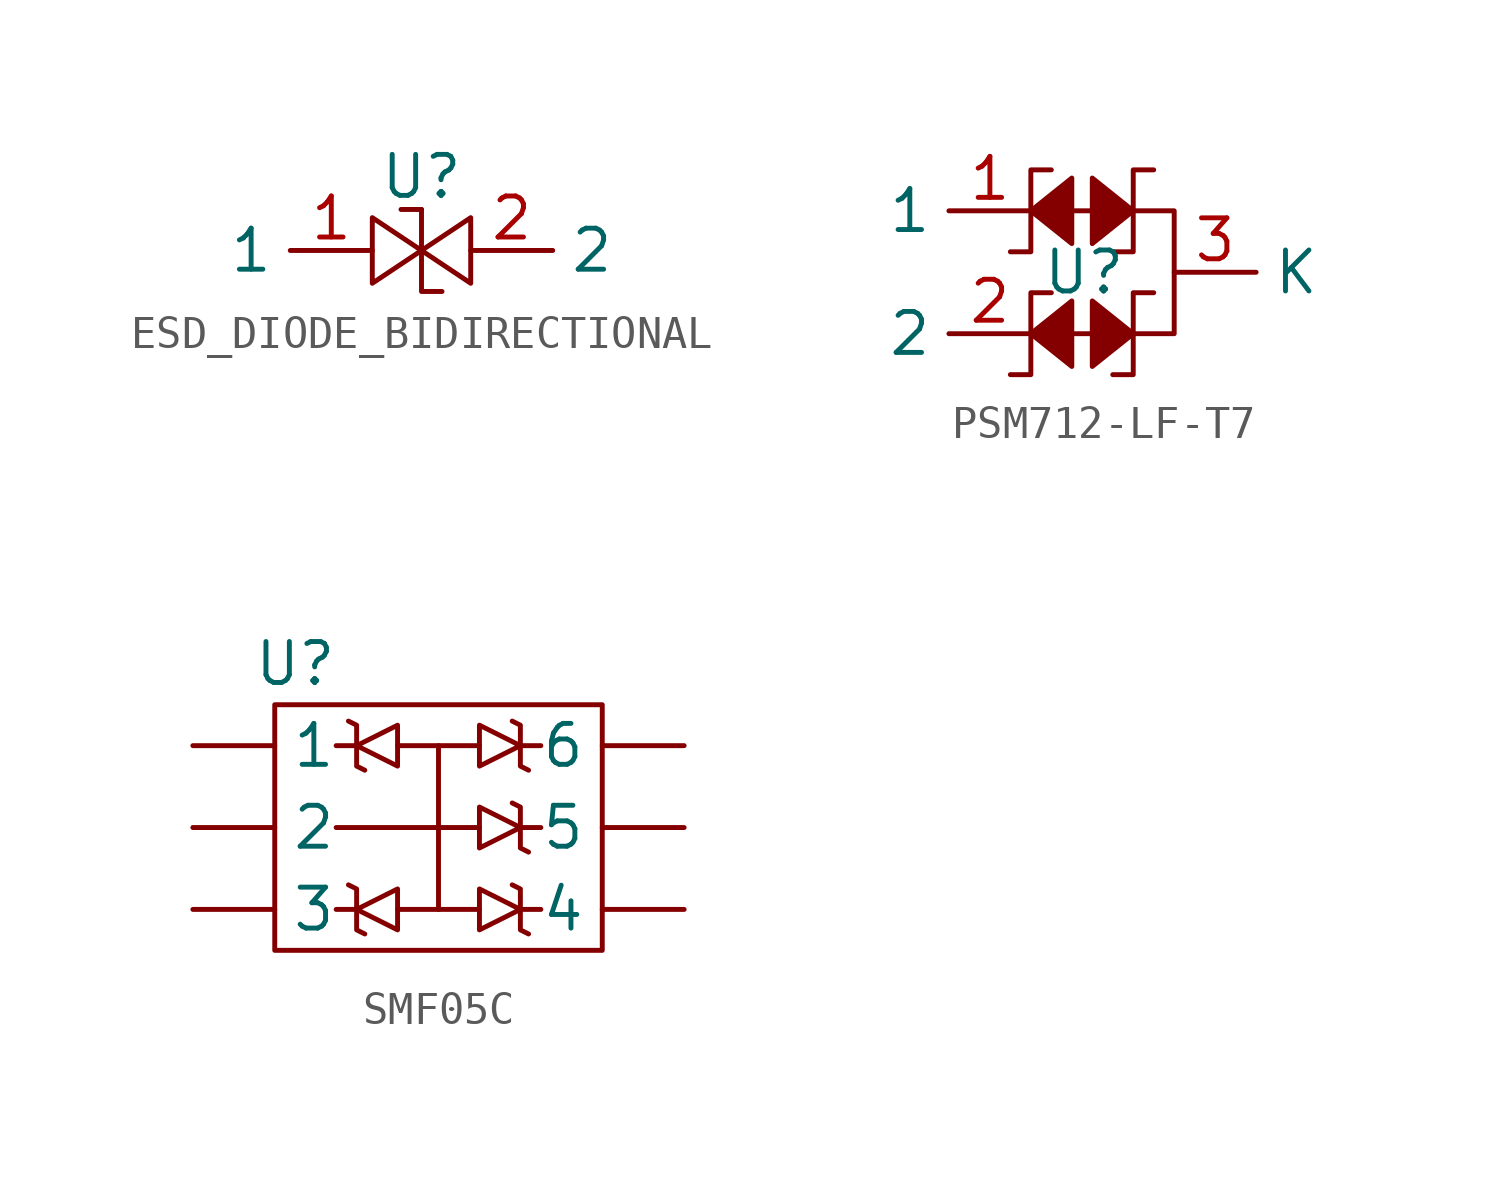
<source format=kicad_sym>
(kicad_symbol_lib
  (version 20241209)
  (generator "kicad_symbol_editor")
  (generator_version "9.0")
  (symbol "ESD_DIODE_BIDIRECTIONAL"
    (property "Reference" "U"
      (at 0 2.286 0)
      (effects (font (size 1.27 1.27))))
    (property "Value" ""
      (at 0 0 0)
      (effects (font (size 1.27 1.27))))
    (symbol "ESD_DIODE_BIDIRECTIONAL_0_1"
      (polyline (pts (xy 0 1.27) (xy -0.635 1.27)) (stroke (width 0) (type default)) (fill (type none)))
      (polyline (pts (xy 0 1.27) (xy 0 -1.27) (xy 0.635 -1.27)) (stroke (width 0) (type default)) (fill (type none)))
      (polyline (pts (xy 0 0) (xy -1.524 1.016) (xy -1.524 -1.016) (xy 0 0)) (stroke (width 0) (type default)) (fill (type none)))
      (polyline (pts (xy 0 0) (xy 1.524 -1.016) (xy 1.524 1.016) (xy 0 0)) (stroke (width 0) (type default)) (fill (type none))))
    (symbol "ESD_DIODE_BIDIRECTIONAL_1_1"
      (pin bidirectional line (at -1.524 0 180) (length 2.54) (name "1" (effects (font (size 1.27 1.27)))) (number "1" (effects (font (size 1.27 1.27)))))
      (pin bidirectional line (at 1.524 0 0) (length 2.54) (name "2" (effects (font (size 1.27 1.27)))) (number "2" (effects (font (size 1.27 1.27)))))))
  (symbol "PSM712-LF-T7"
    (property "Reference" "U"
      (at -0.254 0 0)
      (effects (font (size 1.27 1.27))))
    (property "Value" ""
      (at -1.905 1.905 0)
      (effects (font (size 1.27 1.27))))
    (symbol "PSM712-LF-T7_0_1"
      (polyline (pts (xy -1.905 1.905) (xy -0.635 2.921) (xy -0.635 0.889) (xy -1.905 1.905)) (stroke (width 0) (type default)) (fill (type outline)))
      (polyline (pts (xy -1.905 -1.905) (xy -0.635 -0.889) (xy -0.635 -2.921) (xy -1.905 -1.905)) (stroke (width 0) (type default)) (fill (type outline)))
      (polyline (pts (xy -1.27 3.175) (xy -1.905 3.175) (xy -1.905 0.635) (xy -2.54 0.635)) (stroke (width 0) (type default)) (fill (type none)))
      (polyline (pts (xy -1.27 -0.635) (xy -1.905 -0.635) (xy -1.905 -3.175) (xy -2.54 -3.175)) (stroke (width 0) (type default)) (fill (type none)))
      (polyline (pts (xy -0.635 1.905) (xy 0.127 1.905)) (stroke (width 0) (type default)) (fill (type none)))
      (polyline (pts (xy -0.635 -1.905) (xy 0.127 -1.905)) (stroke (width 0) (type default)) (fill (type none)))
      (polyline (pts (xy 0.635 0.635) (xy 1.27 0.635) (xy 1.27 3.175) (xy 1.905 3.175)) (stroke (width 0) (type default)) (fill (type none)))
      (polyline (pts (xy 0.635 -3.175) (xy 1.27 -3.175) (xy 1.27 -0.635) (xy 1.905 -0.635)) (stroke (width 0) (type default)) (fill (type none)))
      (polyline (pts (xy 1.27 1.905) (xy 0 0.889) (xy 0 2.921) (xy 1.27 1.905)) (stroke (width 0) (type default)) (fill (type outline)))
      (polyline (pts (xy 1.27 1.905) (xy 2.54 1.905) (xy 2.54 -1.905) (xy 1.27 -1.905)) (stroke (width 0) (type default)) (fill (type none)))
      (polyline (pts (xy 1.27 -1.905) (xy 0 -2.921) (xy 0 -0.889) (xy 1.27 -1.905)) (stroke (width 0) (type default)) (fill (type outline))))
    (symbol "PSM712-LF-T7_1_1"
      (pin bidirectional line (at -1.905 1.905 180) (length 2.54) (name "1" (effects (font (size 1.27 1.27)))) (number "1" (effects (font (size 1.27 1.27)))))
      (pin bidirectional line (at -1.905 -1.905 180) (length 2.54) (name "2" (effects (font (size 1.27 1.27)))) (number "2" (effects (font (size 1.27 1.27)))))
      (pin bidirectional line (at 2.54 0 0) (length 2.54) (name "K" (effects (font (size 1.27 1.27)))) (number "3" (effects (font (size 1.27 1.27)))))))
  (symbol "SMF05C"
    (property "Reference" "U"
      (at -4.445 5.08 0)
      (effects (font (size 1.27 1.27))))
    (property "Value" ""
      (at 0 0 0)
      (effects (font (size 1.27 1.27))))
    (symbol "SMF05C_0_1"
      (rectangle (start -5.08 3.81) (end 5.08 -3.81) (stroke (width 0) (type default)) (fill (type none)))
      (polyline (pts (xy -2.54 2.54) (xy -3.175 2.54)) (stroke (width 0) (type default)) (fill (type none)))
      (polyline (pts (xy -2.54 2.54) (xy -2.54 3.175) (xy -2.794 3.302)) (stroke (width 0) (type default)) (fill (type none)))
      (polyline (pts (xy -2.54 2.54) (xy -2.54 1.905) (xy -2.286 1.778)) (stroke (width 0) (type default)) (fill (type none)))
      (polyline (pts (xy -2.54 2.54) (xy -1.27 3.175) (xy -1.27 1.905) (xy -2.54 2.54)) (stroke (width 0) (type default)) (fill (type none)))
      (polyline (pts (xy -2.54 -2.54) (xy -3.175 -2.54)) (stroke (width 0) (type default)) (fill (type none)))
      (polyline (pts (xy -2.54 -2.54) (xy -2.54 -1.905) (xy -2.794 -1.778)) (stroke (width 0) (type default)) (fill (type none)))
      (polyline (pts (xy -2.54 -2.54) (xy -2.54 -3.175) (xy -2.286 -3.302)) (stroke (width 0) (type default)) (fill (type none)))
      (polyline (pts (xy -2.54 -2.54) (xy -1.27 -1.905) (xy -1.27 -3.175) (xy -2.54 -2.54)) (stroke (width 0) (type default)) (fill (type none)))
      (polyline (pts (xy -1.27 2.54) (xy 1.27 2.54)) (stroke (width 0) (type default)) (fill (type none)))
      (polyline (pts (xy -1.27 -2.54) (xy 1.27 -2.54)) (stroke (width 0) (type default)) (fill (type none)))
      (polyline (pts (xy 0 2.54) (xy 0 -2.54)) (stroke (width 0) (type default)) (fill (type none)))
      (polyline (pts (xy 0 0) (xy -3.175 0)) (stroke (width 0) (type default)) (fill (type none)))
      (polyline (pts (xy 0 0) (xy 1.27 0)) (stroke (width 0) (type default)) (fill (type none)))
      (polyline (pts (xy 2.54 2.54) (xy 3.175 2.54)) (stroke (width 0) (type default)) (fill (type none)))
      (polyline (pts (xy 2.54 2.54) (xy 2.54 3.175) (xy 2.286 3.302)) (stroke (width 0) (type default)) (fill (type none)))
      (polyline (pts (xy 2.54 2.54) (xy 2.54 1.905) (xy 2.794 1.778)) (stroke (width 0) (type default)) (fill (type none)))
      (polyline (pts (xy 2.54 2.54) (xy 1.27 1.905) (xy 1.27 3.175) (xy 2.54 2.54)) (stroke (width 0) (type default)) (fill (type none)))
      (polyline (pts (xy 2.54 0) (xy 3.175 0)) (stroke (width 0) (type default)) (fill (type none)))
      (polyline (pts (xy 2.54 0) (xy 2.54 0.635) (xy 2.286 0.762)) (stroke (width 0) (type default)) (fill (type none)))
      (polyline (pts (xy 2.54 0) (xy 2.54 -0.635) (xy 2.794 -0.762)) (stroke (width 0) (type default)) (fill (type none)))
      (polyline (pts (xy 2.54 0) (xy 1.27 -0.635) (xy 1.27 0.635) (xy 2.54 0)) (stroke (width 0) (type default)) (fill (type none)))
      (polyline (pts (xy 2.54 -2.54) (xy 3.175 -2.54)) (stroke (width 0) (type default)) (fill (type none)))
      (polyline (pts (xy 2.54 -2.54) (xy 2.54 -1.905) (xy 2.286 -1.778)) (stroke (width 0) (type default)) (fill (type none)))
      (polyline (pts (xy 2.54 -2.54) (xy 2.54 -3.175) (xy 2.794 -3.302)) (stroke (width 0) (type default)) (fill (type none)))
      (polyline (pts (xy 2.54 -2.54) (xy 1.27 -3.175) (xy 1.27 -1.905) (xy 2.54 -2.54)) (stroke (width 0) (type default)) (fill (type none))))
    (symbol "SMF05C_1_1"
      (pin output line (at -7.62 2.54 0) (length 2.54) (name "1" (effects (font (size 1.27 1.27)))) (number "" (effects (font (size 1.27 1.27)))))
      (pin bidirectional line (at -7.62 0 0) (length 2.54) (name "2" (effects (font (size 1.27 1.27)))) (number "" (effects (font (size 1.27 1.27)))))
      (pin output line (at -7.62 -2.54 0) (length 2.54) (name "3" (effects (font (size 1.27 1.27)))) (number "" (effects (font (size 1.27 1.27)))))
      (pin output line (at 7.62 2.54 180) (length 2.54) (name "6" (effects (font (size 1.27 1.27)))) (number "" (effects (font (size 1.27 1.27)))))
      (pin output line (at 7.62 0 180) (length 2.54) (name "5" (effects (font (size 1.27 1.27)))) (number "" (effects (font (size 1.27 1.27)))))
      (pin output line (at 7.62 -2.54 180) (length 2.54) (name "4" (effects (font (size 1.27 1.27)))) (number "" (effects (font (size 1.27 1.27))))))))
</source>
